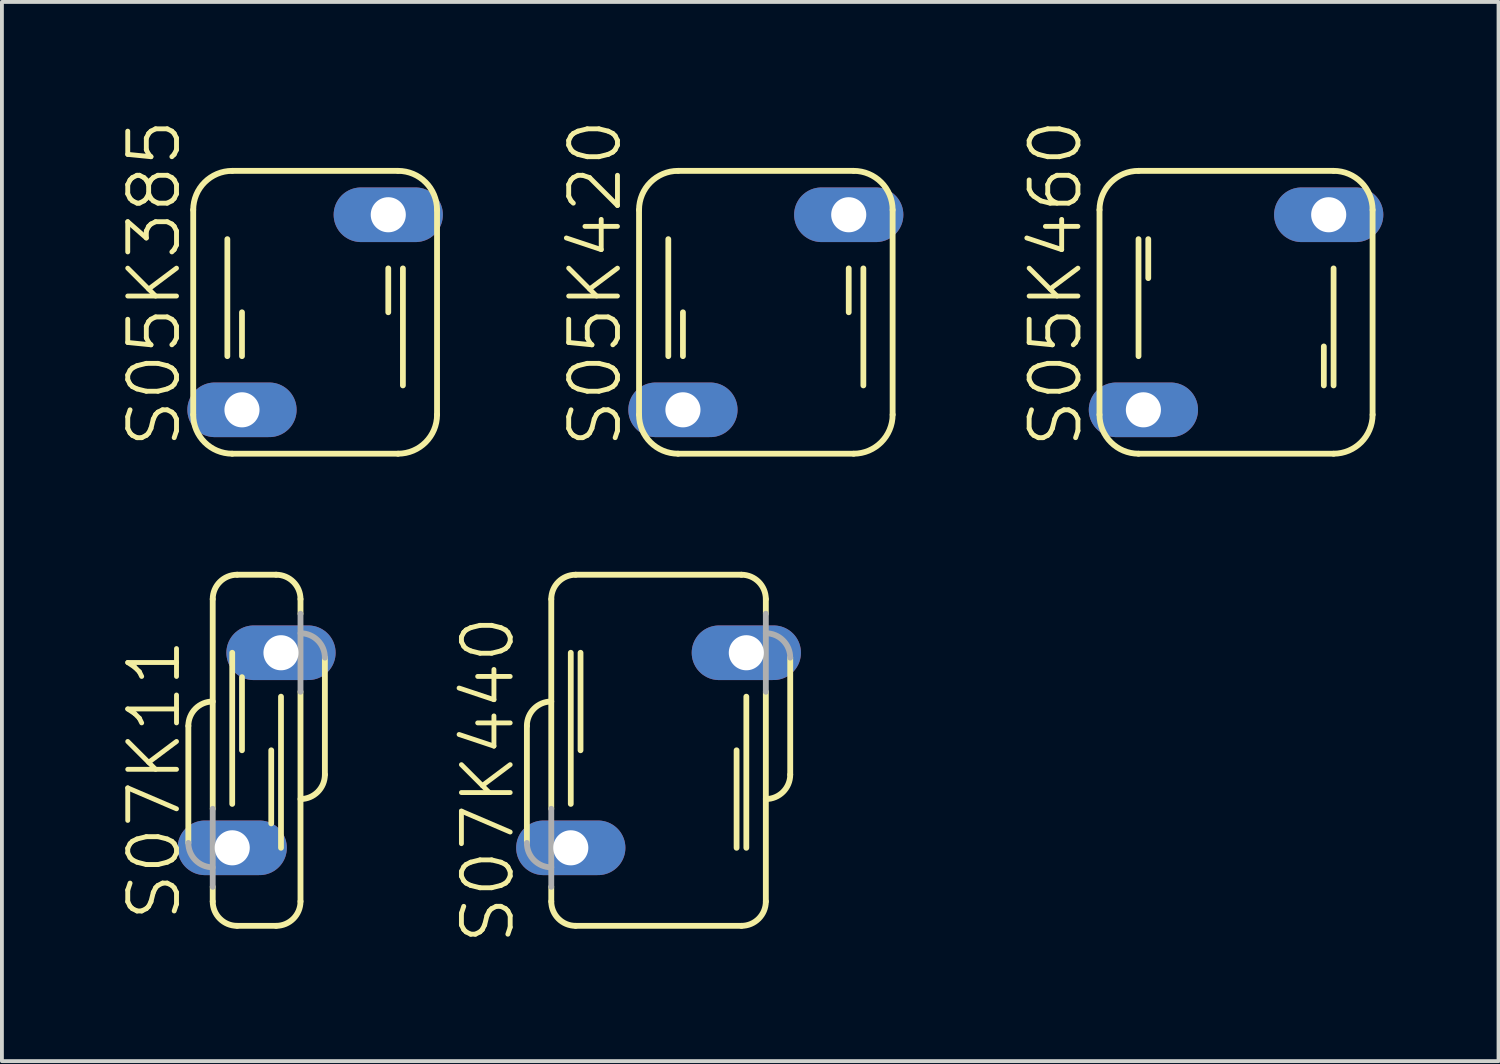
<source format=kicad_pcb>
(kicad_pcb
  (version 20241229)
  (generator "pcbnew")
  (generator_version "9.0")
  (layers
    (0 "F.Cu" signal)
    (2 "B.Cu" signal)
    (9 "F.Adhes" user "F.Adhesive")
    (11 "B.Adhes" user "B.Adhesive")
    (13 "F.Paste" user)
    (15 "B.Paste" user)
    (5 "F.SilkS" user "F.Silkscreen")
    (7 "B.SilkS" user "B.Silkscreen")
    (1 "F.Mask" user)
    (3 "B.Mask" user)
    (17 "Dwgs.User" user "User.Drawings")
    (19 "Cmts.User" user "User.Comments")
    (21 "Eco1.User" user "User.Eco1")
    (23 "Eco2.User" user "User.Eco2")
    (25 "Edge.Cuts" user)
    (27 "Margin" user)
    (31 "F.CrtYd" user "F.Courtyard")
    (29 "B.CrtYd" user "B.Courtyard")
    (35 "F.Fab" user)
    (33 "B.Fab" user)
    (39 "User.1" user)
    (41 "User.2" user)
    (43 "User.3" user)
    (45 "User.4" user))
  (footprint "S07K440"
    (layer "F.Cu")
    (at 14.101 16.49)
    (property "Reference" "S07K440" (at -4.445 0.768 90) (layer "F.SilkS") (effects (font (size 1.27 1.27) (thickness 0.127))))
    (attr through_hole)
    (fp_line (start -3.429 -0.635) (end -3.429 2.413) (stroke (width 0.152) (type solid)) (layer "F.SilkS"))
    (fp_line (start -2.794 1.524) (end -2.794 -3.937) (stroke (width 0.152) (type solid)) (layer "F.SilkS"))
    (fp_line (start -2.794 3.937) (end -2.794 3.556) (stroke (width 0.152) (type solid)) (layer "F.SilkS"))
    (fp_line (start -2.286 1.397) (end -2.286 -2.54) (stroke (width 0.15) (type solid)) (layer "F.SilkS"))
    (fp_line (start -2.159 -4.572) (end 2.159 -4.572) (stroke (width 0.152) (type solid)) (layer "F.SilkS"))
    (fp_line (start -2.159 4.572) (end 2.159 4.572) (stroke (width 0.152) (type solid)) (layer "F.SilkS"))
    (fp_line (start -2.032 0) (end -2.032 -2.54) (stroke (width 0.15) (type solid)) (layer "F.SilkS"))
    (fp_line (start 2.032 2.54) (end 2.032 0) (stroke (width 0.15) (type solid)) (layer "F.SilkS"))
    (fp_line (start 2.286 2.54) (end 2.286 -1.397) (stroke (width 0.15) (type solid)) (layer "F.SilkS"))
    (fp_line (start 2.794 -3.556) (end 2.794 -3.937) (stroke (width 0.152) (type solid)) (layer "F.SilkS"))
    (fp_line (start 2.794 3.937) (end 2.794 -1.524) (stroke (width 0.152) (type solid)) (layer "F.SilkS"))
    (fp_line (start 3.429 0.635) (end 3.429 -2.413) (stroke (width 0.152) (type solid)) (layer "F.SilkS"))
    (fp_arc (start -3.429 -0.635) (mid -3.243013 -1.084013) (end -2.794 -1.27) (stroke (width 0.1524) (type solid)) (layer "F.SilkS"))
    (fp_arc (start -2.794 -3.937) (mid -2.608013 -4.386013) (end -2.159 -4.572) (stroke (width 0.1524) (type solid)) (layer "F.SilkS"))
    (fp_arc (start -2.159 4.572) (mid -2.608013 4.386013) (end -2.794 3.937) (stroke (width 0.1524) (type solid)) (layer "F.SilkS"))
    (fp_arc (start 2.159 -4.572) (mid 2.608013 -4.386013) (end 2.794 -3.937) (stroke (width 0.1524) (type solid)) (layer "F.SilkS"))
    (fp_arc (start 2.794 3.937) (mid 2.608013 4.386013) (end 2.159 4.572) (stroke (width 0.1524) (type solid)) (layer "F.SilkS"))
    (fp_arc (start 3.429 0.635) (mid 3.243013 1.084013) (end 2.794 1.27) (stroke (width 0.1524) (type solid)) (layer "F.SilkS"))
    (fp_line (start -2.794 1.524) (end -2.794 3.556) (stroke (width 0.152) (type solid)) (layer "F.Fab"))
    (fp_line (start 2.794 -1.524) (end 2.794 -3.556) (stroke (width 0.152) (type solid)) (layer "F.Fab"))
    (fp_arc (start -2.794 3.048) (mid -3.243013 2.862013) (end -3.429 2.413) (stroke (width 0.1524) (type solid)) (layer "F.Fab"))
    (fp_arc (start 2.794 -3.048) (mid 3.243013 -2.862013) (end 3.429 -2.413) (stroke (width 0.1524) (type solid)) (layer "F.Fab"))
    (pad "1" thru_hole oval (at -2.286 2.54) (size 2.845 1.422) (drill 0.914) (layers "*.Cu" "*.Mask"))
    (pad "2" thru_hole oval (at 2.286 -2.54) (size 2.845 1.422) (drill 0.914) (layers "*.Cu" "*.Mask")))
  (footprint "S05K460"
    (layer "F.Cu")
    (at 29.141 5.083)
    (property "Reference" "S05K460" (at -4.699 -0.756 90) (layer "F.SilkS") (effects (font (size 1.27 1.27) (thickness 0.127))))
    (attr through_hole)
    (fp_line (start -3.556 -2.667) (end -3.556 2.667) (stroke (width 0.152) (type solid)) (layer "F.SilkS"))
    (fp_line (start -2.54 -3.683) (end 2.54 -3.683) (stroke (width 0.152) (type solid)) (layer "F.SilkS"))
    (fp_line (start -2.54 1.143) (end -2.54 -1.905) (stroke (width 0.15) (type solid)) (layer "F.SilkS"))
    (fp_line (start -2.54 3.683) (end 2.54 3.683) (stroke (width 0.152) (type solid)) (layer "F.SilkS"))
    (fp_line (start -2.286 -0.889) (end -2.286 -1.905) (stroke (width 0.15) (type solid)) (layer "F.SilkS"))
    (fp_line (start 2.286 1.905) (end 2.286 0.889) (stroke (width 0.15) (type solid)) (layer "F.SilkS"))
    (fp_line (start 2.54 1.905) (end 2.54 -1.143) (stroke (width 0.15) (type solid)) (layer "F.SilkS"))
    (fp_line (start 3.556 -2.667) (end 3.556 2.667) (stroke (width 0.152) (type solid)) (layer "F.SilkS"))
    (fp_arc (start -3.556 -2.667) (mid -3.25842 -3.38542) (end -2.54 -3.683) (stroke (width 0.1524) (type solid)) (layer "F.SilkS"))
    (fp_arc (start -2.54 3.683) (mid -3.25842 3.38542) (end -3.556 2.667) (stroke (width 0.1524) (type solid)) (layer "F.SilkS"))
    (fp_arc (start 2.54 -3.683) (mid 3.25842 -3.38542) (end 3.556 -2.667) (stroke (width 0.1524) (type solid)) (layer "F.SilkS"))
    (fp_arc (start 3.556 2.667) (mid 3.25842 3.38542) (end 2.54 3.683) (stroke (width 0.1524) (type solid)) (layer "F.SilkS"))
    (pad "1" thru_hole oval (at -2.413 2.54) (size 2.845 1.422) (drill 0.914) (layers "*.Cu" "*.Mask"))
    (pad "2" thru_hole oval (at 2.413 -2.54) (size 2.845 1.422) (drill 0.914) (layers "*.Cu" "*.Mask")))
  (footprint "S05K420"
    (layer "F.Cu")
    (at 16.895 5.083)
    (property "Reference" "S05K420" (at -4.445 -0.756 90) (layer "F.SilkS") (effects (font (size 1.27 1.27) (thickness 0.127))))
    (attr through_hole)
    (fp_line (start -3.302 -2.667) (end -3.302 2.667) (stroke (width 0.152) (type solid)) (layer "F.SilkS"))
    (fp_line (start -2.54 1.143) (end -2.54 -1.905) (stroke (width 0.15) (type solid)) (layer "F.SilkS"))
    (fp_line (start -2.286 -3.683) (end 2.286 -3.683) (stroke (width 0.152) (type solid)) (layer "F.SilkS"))
    (fp_line (start -2.286 3.683) (end 2.286 3.683) (stroke (width 0.152) (type solid)) (layer "F.SilkS"))
    (fp_line (start -2.159 1.143) (end -2.159 0) (stroke (width 0.15) (type solid)) (layer "F.SilkS"))
    (fp_line (start 2.159 0) (end 2.159 -1.143) (stroke (width 0.15) (type solid)) (layer "F.SilkS"))
    (fp_line (start 2.54 1.905) (end 2.54 -1.143) (stroke (width 0.15) (type solid)) (layer "F.SilkS"))
    (fp_line (start 3.302 -2.667) (end 3.302 2.667) (stroke (width 0.152) (type solid)) (layer "F.SilkS"))
    (fp_arc (start -3.302 -2.667) (mid -3.00442 -3.38542) (end -2.286 -3.683) (stroke (width 0.1524) (type solid)) (layer "F.SilkS"))
    (fp_arc (start -2.286 3.683) (mid -3.00442 3.38542) (end -3.302 2.667) (stroke (width 0.1524) (type solid)) (layer "F.SilkS"))
    (fp_arc (start 2.286 -3.683) (mid 3.00442 -3.38542) (end 3.302 -2.667) (stroke (width 0.1524) (type solid)) (layer "F.SilkS"))
    (fp_arc (start 3.302 2.667) (mid 3.00442 3.38542) (end 2.286 3.683) (stroke (width 0.1524) (type solid)) (layer "F.SilkS"))
    (pad "1" thru_hole oval (at -2.159 2.54) (size 2.845 1.422) (drill 0.914) (layers "*.Cu" "*.Mask"))
    (pad "2" thru_hole oval (at 2.159 -2.54) (size 2.845 1.422) (drill 0.914) (layers "*.Cu" "*.Mask")))
  (footprint "S07K11"
    (layer "F.Cu")
    (at 3.633 16.49)
    (property "Reference" "S07K11" (at -2.667 0.768 90) (layer "F.SilkS") (effects (font (size 1.27 1.27) (thickness 0.127))))
    (attr through_hole)
    (fp_line (start -1.778 -0.635) (end -1.778 2.413) (stroke (width 0.152) (type solid)) (layer "F.SilkS"))
    (fp_line (start -1.143 1.524) (end -1.143 -3.937) (stroke (width 0.152) (type solid)) (layer "F.SilkS"))
    (fp_line (start -1.143 3.937) (end -1.143 3.556) (stroke (width 0.152) (type solid)) (layer "F.SilkS"))
    (fp_line (start -0.635 1.397) (end -0.635 -2.54) (stroke (width 0.15) (type solid)) (layer "F.SilkS"))
    (fp_line (start -0.508 -4.572) (end 0.508 -4.572) (stroke (width 0.152) (type solid)) (layer "F.SilkS"))
    (fp_line (start -0.508 4.572) (end 0.508 4.572) (stroke (width 0.152) (type solid)) (layer "F.SilkS"))
    (fp_line (start -0.381 0) (end -0.381 -1.905) (stroke (width 0.15) (type solid)) (layer "F.SilkS"))
    (fp_line (start 0.381 1.905) (end 0.381 0) (stroke (width 0.15) (type solid)) (layer "F.SilkS"))
    (fp_line (start 0.635 2.54) (end 0.635 -1.397) (stroke (width 0.15) (type solid)) (layer "F.SilkS"))
    (fp_line (start 1.143 -3.556) (end 1.143 -3.937) (stroke (width 0.152) (type solid)) (layer "F.SilkS"))
    (fp_line (start 1.143 3.937) (end 1.143 -1.524) (stroke (width 0.152) (type solid)) (layer "F.SilkS"))
    (fp_line (start 1.778 0.635) (end 1.778 -2.413) (stroke (width 0.152) (type solid)) (layer "F.SilkS"))
    (fp_arc (start -1.778 -0.635) (mid -1.592013 -1.084013) (end -1.143 -1.27) (stroke (width 0.1524) (type solid)) (layer "F.SilkS"))
    (fp_arc (start -1.143 -3.937) (mid -0.957013 -4.386013) (end -0.508 -4.572) (stroke (width 0.1524) (type solid)) (layer "F.SilkS"))
    (fp_arc (start -0.508 4.572) (mid -0.957013 4.386013) (end -1.143 3.937) (stroke (width 0.1524) (type solid)) (layer "F.SilkS"))
    (fp_arc (start 0.508 -4.572) (mid 0.957013 -4.386013) (end 1.143 -3.937) (stroke (width 0.1524) (type solid)) (layer "F.SilkS"))
    (fp_arc (start 1.143 3.937) (mid 0.957013 4.386013) (end 0.508 4.572) (stroke (width 0.1524) (type solid)) (layer "F.SilkS"))
    (fp_arc (start 1.778 0.635) (mid 1.592013 1.084013) (end 1.143 1.27) (stroke (width 0.1524) (type solid)) (layer "F.SilkS"))
    (fp_line (start -1.143 1.524) (end -1.143 3.556) (stroke (width 0.152) (type solid)) (layer "F.Fab"))
    (fp_line (start 1.143 -1.524) (end 1.143 -3.556) (stroke (width 0.152) (type solid)) (layer "F.Fab"))
    (fp_arc (start -1.143 3.048) (mid -1.592013 2.862013) (end -1.778 2.413) (stroke (width 0.1524) (type solid)) (layer "F.Fab"))
    (fp_arc (start 1.143 -3.048) (mid 1.592013 -2.862013) (end 1.778 -2.413) (stroke (width 0.1524) (type solid)) (layer "F.Fab"))
    (pad "1" thru_hole oval (at -0.635 2.54) (size 2.845 1.422) (drill 0.914) (layers "*.Cu" "*.Mask"))
    (pad "2" thru_hole oval (at 0.635 -2.54) (size 2.845 1.422) (drill 0.914) (layers "*.Cu" "*.Mask")))
  (footprint "S05K385"
    (layer "F.Cu")
    (at 5.157 5.083)
    (property "Reference" "S05K385" (at -4.191 -0.756 90) (layer "F.SilkS") (effects (font (size 1.27 1.27) (thickness 0.127))))
    (attr through_hole)
    (fp_line (start -3.175 -2.667) (end -3.175 2.667) (stroke (width 0.152) (type solid)) (layer "F.SilkS"))
    (fp_line (start -2.286 1.143) (end -2.286 -1.905) (stroke (width 0.15) (type solid)) (layer "F.SilkS"))
    (fp_line (start -2.159 -3.683) (end 2.159 -3.683) (stroke (width 0.152) (type solid)) (layer "F.SilkS"))
    (fp_line (start -2.159 3.683) (end 2.159 3.683) (stroke (width 0.152) (type solid)) (layer "F.SilkS"))
    (fp_line (start -1.905 1.143) (end -1.905 0) (stroke (width 0.15) (type solid)) (layer "F.SilkS"))
    (fp_line (start 1.905 0) (end 1.905 -1.143) (stroke (width 0.15) (type solid)) (layer "F.SilkS"))
    (fp_line (start 2.286 1.905) (end 2.286 -1.143) (stroke (width 0.15) (type solid)) (layer "F.SilkS"))
    (fp_line (start 3.175 -2.667) (end 3.175 2.667) (stroke (width 0.152) (type solid)) (layer "F.SilkS"))
    (fp_arc (start -3.175 -2.667) (mid -2.87742 -3.38542) (end -2.159 -3.683) (stroke (width 0.1524) (type solid)) (layer "F.SilkS"))
    (fp_arc (start -2.159 3.683) (mid -2.87742 3.38542) (end -3.175 2.667) (stroke (width 0.1524) (type solid)) (layer "F.SilkS"))
    (fp_arc (start 2.159 -3.683) (mid 2.87742 -3.38542) (end 3.175 -2.667) (stroke (width 0.1524) (type solid)) (layer "F.SilkS"))
    (fp_arc (start 3.175 2.667) (mid 2.87742 3.38542) (end 2.159 3.683) (stroke (width 0.1524) (type solid)) (layer "F.SilkS"))
    (pad "1" thru_hole oval (at -1.905 2.54) (size 2.845 1.422) (drill 0.914) (layers "*.Cu" "*.Mask"))
    (pad "2" thru_hole oval (at 1.905 -2.54) (size 2.845 1.422) (drill 0.914) (layers "*.Cu" "*.Mask")))
  (gr_rect
    (start -3 -3)
    (end 35.977 24.586)
    (stroke (width 0.1) (type default))
    (fill no)
    (layer "Edge.Cuts")))
</source>
